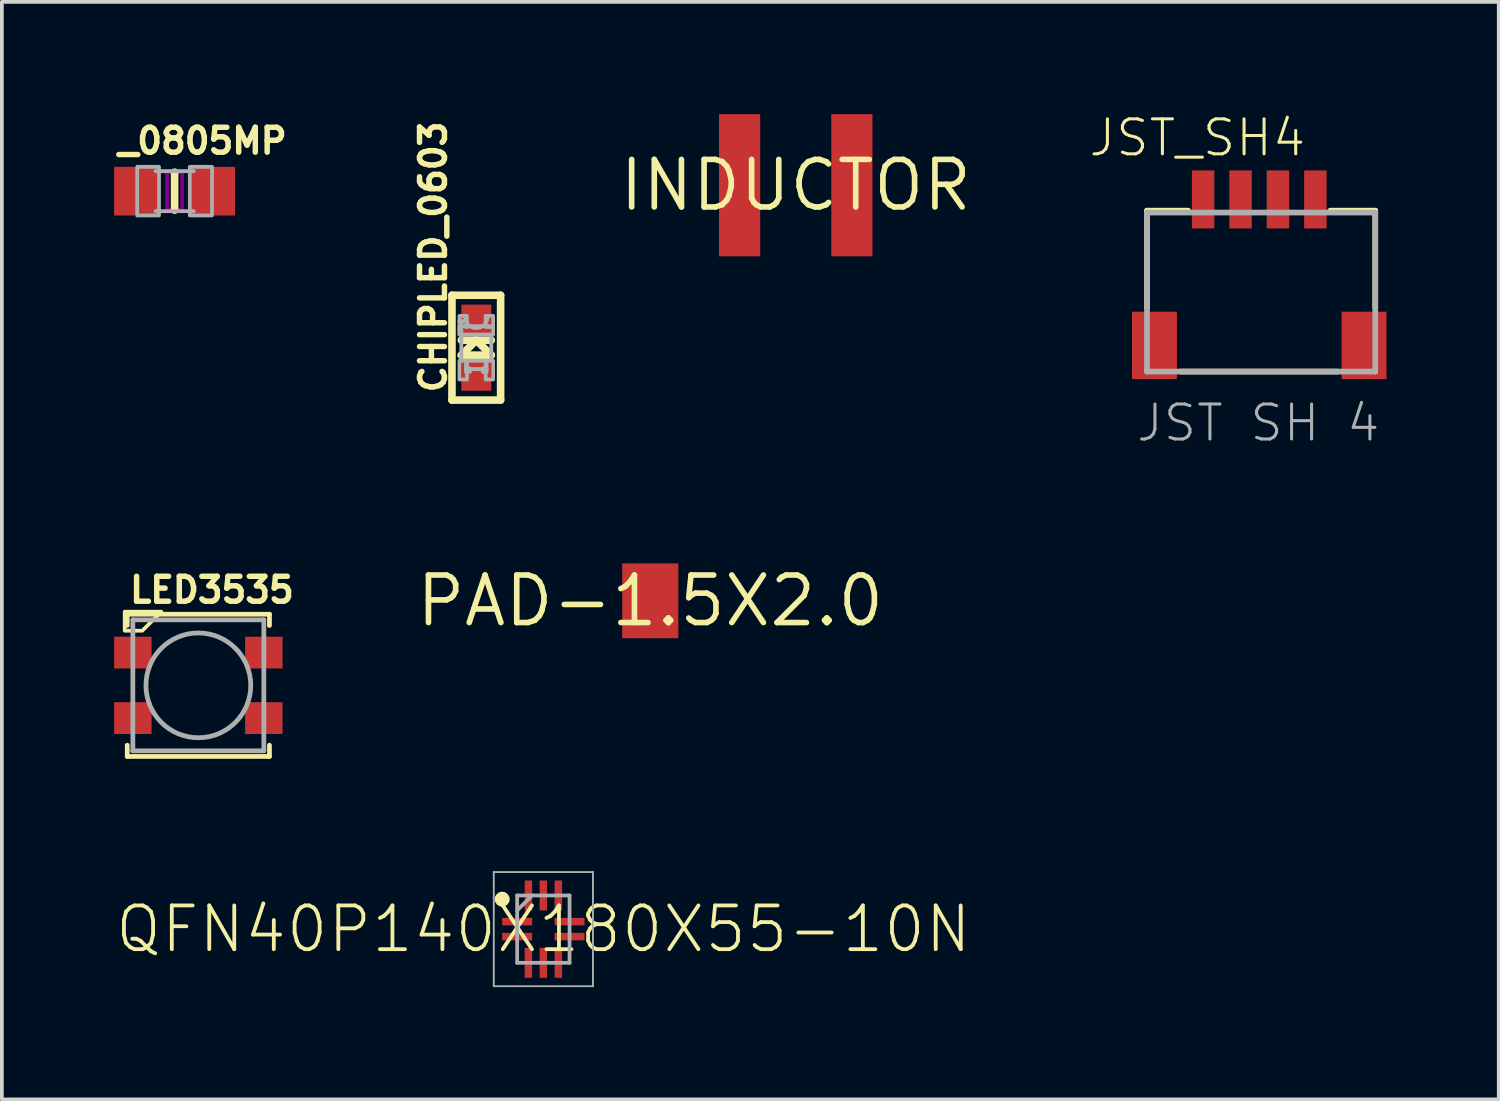
<source format=kicad_pcb>
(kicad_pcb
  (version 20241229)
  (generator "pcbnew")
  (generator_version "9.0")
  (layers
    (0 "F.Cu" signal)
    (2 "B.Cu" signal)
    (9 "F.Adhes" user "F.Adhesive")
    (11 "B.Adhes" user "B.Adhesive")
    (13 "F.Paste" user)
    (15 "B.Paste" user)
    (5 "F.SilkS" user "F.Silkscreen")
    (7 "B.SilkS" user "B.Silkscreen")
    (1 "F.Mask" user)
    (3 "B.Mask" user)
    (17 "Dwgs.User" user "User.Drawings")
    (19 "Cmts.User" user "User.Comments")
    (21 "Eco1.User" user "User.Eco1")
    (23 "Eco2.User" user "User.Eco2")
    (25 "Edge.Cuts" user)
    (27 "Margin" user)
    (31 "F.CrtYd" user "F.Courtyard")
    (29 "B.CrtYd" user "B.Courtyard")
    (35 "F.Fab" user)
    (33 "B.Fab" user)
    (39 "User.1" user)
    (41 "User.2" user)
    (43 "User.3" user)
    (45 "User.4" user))
  (footprint "_0805MP"
    (layer "F.Cu")
    (at 1.616 2.058)
    (property "Reference" "_0805MP" (at -1.587 -0.953 0) (layer "F.SilkS") (effects (font (size 0.666 0.666) (thickness 0.146)) (justify left bottom)))
    (fp_line (start 0 -0.508) (end 0 0.508) (stroke (width 0.203) (type solid)) (layer "F.SilkS"))
    (fp_poly (pts (xy -0.2 0.5) (xy 0.2 0.5) (xy 0.2 -0.5) (xy -0.2 -0.5)) (stroke (width 0.1) (type solid)) (fill no) (layer "F.Adhes"))
    (fp_line (start -0.51 -0.535) (end 0.51 -0.535) (stroke (width 0.102) (type solid)) (layer "F.Fab"))
    (fp_line (start -0.51 0.535) (end 0.51 0.535) (stroke (width 0.102) (type solid)) (layer "F.Fab"))
    (fp_poly (pts (xy -1 0.65) (xy -0.417 0.65) (xy -0.417 -0.65) (xy -1 -0.65)) (stroke (width 0.1) (type solid)) (fill no) (layer "F.Fab"))
    (fp_poly (pts (xy 0.406 0.65) (xy 1 0.65) (xy 1 -0.65) (xy 0.406 -0.65)) (stroke (width 0.1) (type solid)) (fill no) (layer "F.Fab"))
    (pad "1" smd rect (at -1.016 0) (size 1.2 1.3) (layers "F.Cu" "F.Mask" "F.Paste"))
    (pad "2" smd rect (at 1.016 0) (size 1.2 1.3) (layers "F.Cu" "F.Mask" "F.Paste")))
  (footprint "INDUCTOR"
    (layer "F.Cu")
    (at 18.213 1.9)
    (property "Reference" "INDUCTOR" (at 0 0 0) (layer "F.SilkS") (effects (font (size 1.27 1.27) (thickness 0.15))))
    (pad "P$1" smd rect (at -1.5 0 90) (size 3.8 1.1) (layers "F.Cu" "F.Mask" "F.Paste"))
    (pad "P$2" smd rect (at 1.5 0 90) (size 3.8 1.1) (layers "F.Cu" "F.Mask" "F.Paste")))
  (footprint "JST_SH4"
    (layer "F.Cu")
    (at 30.598 4.793)
    (property "Reference" "JST_SH4" (at -4.6 -3.614 0) (layer "F.SilkS") (effects (font (size 0.935 0.935) (thickness 0.081)) (justify left bottom)))
    (fp_line (start -3 -2.214) (end -1.9 -2.214) (stroke (width 0.152) (type solid)) (layer "F.SilkS"))
    (fp_line (start -3 0.386) (end -3 -2.214) (stroke (width 0.152) (type solid)) (layer "F.SilkS"))
    (fp_line (start -2.1 2.086) (end 2.1 2.086) (stroke (width 0.152) (type solid)) (layer "F.SilkS"))
    (fp_line (start 1.9 -2.214) (end 3.1 -2.214) (stroke (width 0.152) (type solid)) (layer "F.SilkS"))
    (fp_line (start 3.1 -2.214) (end 3.1 0.386) (stroke (width 0.152) (type solid)) (layer "F.SilkS"))
    (fp_line (start -3 -2.164) (end 3.1 -2.164) (stroke (width 0.152) (type solid)) (layer "F.Fab"))
    (fp_line (start -3 2.086) (end -3 -2.164) (stroke (width 0.152) (type solid)) (layer "F.Fab"))
    (fp_line (start 3.1 -2.164) (end 3.1 2.086) (stroke (width 0.152) (type solid)) (layer "F.Fab"))
    (fp_line (start 3.1 2.086) (end -3 2.086) (stroke (width 0.152) (type solid)) (layer "F.Fab"))
    (fp_text user "JST SH 4" (at -3.33 4.006 0) (layer "F.Fab") (effects (font (size 0.935 0.935) (thickness 0.081)) (justify left bottom)))
    (pad "1" smd rect (at -1.5 -2.514 90) (size 1.55 0.6) (layers "F.Cu" "F.Mask" "F.Paste"))
    (pad "2" smd rect (at -0.5 -2.514 90) (size 1.55 0.6) (layers "F.Cu" "F.Mask" "F.Paste"))
    (pad "3" smd rect (at 0.5 -2.514 90) (size 1.55 0.6) (layers "F.Cu" "F.Mask" "F.Paste"))
    (pad "4" smd rect (at 1.5 -2.514 90) (size 1.55 0.6) (layers "F.Cu" "F.Mask" "F.Paste"))
    (pad "MT1" smd rect (at -2.8 1.386 90) (size 1.8 1.2) (layers "F.Cu" "F.Mask" "F.Paste"))
    (pad "MT2" smd rect (at 2.8 1.386 90) (size 1.8 1.2) (layers "F.Cu" "F.Mask" "F.Paste")))
  (footprint "PAD-1.5X2.0"
    (layer "F.Cu")
    (at 14.326 13.005)
    (property "Reference" "PAD-1.5X2.0" (at 0 0 0) (layer "F.SilkS") (effects (font (size 1.27 1.27) (thickness 0.15))))
    (pad "P$1" smd rect (at 0 0) (size 1.5 2) (layers "F.Cu" "F.Mask")))
  (footprint "LED3535"
    (layer "F.Cu")
    (at 2.25 15.263)
    (property "Reference" "LED3535" (at -1.905 -2.159 0) (layer "F.SilkS") (effects (font (size 0.666 0.666) (thickness 0.146)) (justify left bottom)))
    (fp_line (start -1.9 -1.9) (end 1.9 -1.9) (stroke (width 0.127) (type solid)) (layer "F.SilkS"))
    (fp_line (start -1.9 -1.6) (end -1.9 -1.9) (stroke (width 0.127) (type solid)) (layer "F.SilkS"))
    (fp_line (start -1.9 1.6) (end -1.9 1.9) (stroke (width 0.127) (type solid)) (layer "F.SilkS"))
    (fp_line (start -1.9 1.9) (end 1.9 1.9) (stroke (width 0.127) (type solid)) (layer "F.SilkS"))
    (fp_line (start 1.9 -1.9) (end 1.9 -1.6) (stroke (width 0.127) (type solid)) (layer "F.SilkS"))
    (fp_line (start 1.9 1.9) (end 1.9 1.6) (stroke (width 0.127) (type solid)) (layer "F.SilkS"))
    (fp_poly (pts (xy -1.498 -1.46) (xy -1.968 -1.46) (xy -1.968 -1.968) (xy -0.99 -1.968)) (stroke (width 0.1) (type solid)) (fill no) (layer "F.SilkS"))
    (fp_line (start -1.75 -1.75) (end 1.75 -1.75) (stroke (width 0.127) (type solid)) (layer "F.Fab"))
    (fp_line (start -1.75 1.75) (end -1.75 -1.75) (stroke (width 0.127) (type solid)) (layer "F.Fab"))
    (fp_line (start 1.75 -1.75) (end 1.75 1.75) (stroke (width 0.127) (type solid)) (layer "F.Fab"))
    (fp_line (start 1.75 1.75) (end -1.75 1.75) (stroke (width 0.127) (type solid)) (layer "F.Fab"))
    (fp_circle (center 0 0) (end 1.4 0) (stroke (width 0.127) (type solid)) (fill no) (layer "F.Fab"))
    (pad "1" smd rect (at -1.75 -0.875 90) (size 0.85 1) (layers "F.Cu" "F.Mask" "F.Paste"))
    (pad "2" smd rect (at -1.75 0.875 90) (size 0.85 1) (layers "F.Cu" "F.Mask" "F.Paste"))
    (pad "3" smd rect (at 1.75 0.875 90) (size 0.85 1) (layers "F.Cu" "F.Mask" "F.Paste"))
    (pad "4" smd rect (at 1.75 -0.875 90) (size 0.85 1) (layers "F.Cu" "F.Mask" "F.Paste")))
  (footprint "CHIPLED_0603"
    (layer "F.Cu")
    (at 9.677 6.24)
    (property "Reference" "CHIPLED_0603" (at -0.762 1.27 90) (layer "F.SilkS") (effects (font (size 0.666 0.666) (thickness 0.146)) (justify left bottom)))
    (fp_line (start -0.65 -1.4) (end 0.65 -1.4) (stroke (width 0.203) (type solid)) (layer "F.SilkS"))
    (fp_line (start -0.65 1.4) (end -0.65 -1.4) (stroke (width 0.203) (type solid)) (layer "F.SilkS"))
    (fp_line (start -0.65 1.4) (end 0.65 1.4) (stroke (width 0.203) (type solid)) (layer "F.SilkS"))
    (fp_line (start -0.4 -0.2) (end 0 -0.2) (stroke (width 0.203) (type solid)) (layer "F.SilkS"))
    (fp_line (start -0.4 0.2) (end 0.4 0.2) (stroke (width 0.203) (type solid)) (layer "F.SilkS"))
    (fp_line (start 0 -0.2) (end -0.4 0.2) (stroke (width 0.203) (type solid)) (layer "F.SilkS"))
    (fp_line (start 0 -0.2) (end 0.4 -0.2) (stroke (width 0.203) (type solid)) (layer "F.SilkS"))
    (fp_line (start 0.4 0.2) (end 0 -0.2) (stroke (width 0.203) (type solid)) (layer "F.SilkS"))
    (fp_line (start 0.65 -1.4) (end 0.65 1.4) (stroke (width 0.203) (type solid)) (layer "F.SilkS"))
    (fp_line (start -0.4 -0.375) (end -0.4 0.35) (stroke (width 0.102) (type solid)) (layer "F.Fab"))
    (fp_line (start 0.4 -0.35) (end 0.4 0.35) (stroke (width 0.102) (type solid)) (layer "F.Fab"))
    (fp_arc (start -0.275 0.825) (mid 0 0.55) (end 0.275 0.825) (stroke (width 0.0508) (type solid)) (layer "F.Fab"))
    (fp_arc (start 0.3 -0.799998) (mid -0.000001 -0.524966) (end -0.3 -0.8) (stroke (width 0.1016) (type solid)) (layer "F.Fab"))
    (fp_circle (center -0.35 -0.625) (end -0.275 -0.625) (stroke (width 0.051) (type solid)) (fill no) (layer "F.Fab"))
    (fp_poly (pts (xy -0.45 -0.7) (xy -0.25 -0.7) (xy -0.25 -0.85) (xy -0.45 -0.85)) (stroke (width 0.1) (type solid)) (fill no) (layer "F.Fab"))
    (fp_poly (pts (xy -0.45 -0.35) (xy -0.4 -0.35) (xy -0.4 -0.725) (xy -0.45 -0.725)) (stroke (width 0.1) (type solid)) (fill no) (layer "F.Fab"))
    (fp_poly (pts (xy -0.45 -0.35) (xy 0.45 -0.35) (xy 0.45 -0.575) (xy -0.45 -0.575)) (stroke (width 0.1) (type solid)) (fill no) (layer "F.Fab"))
    (fp_poly (pts (xy -0.45 0.85) (xy -0.25 0.85) (xy -0.25 0.35) (xy -0.45 0.35)) (stroke (width 0.1) (type solid)) (fill no) (layer "F.Fab"))
    (fp_poly (pts (xy -0.275 -0.55) (xy -0.225 -0.55) (xy -0.225 -0.6) (xy -0.275 -0.6)) (stroke (width 0.1) (type solid)) (fill no) (layer "F.Fab"))
    (fp_poly (pts (xy -0.275 0.575) (xy 0.275 0.575) (xy 0.275 0.35) (xy -0.275 0.35)) (stroke (width 0.1) (type solid)) (fill no) (layer "F.Fab"))
    (fp_poly (pts (xy -0.275 0.65) (xy -0.175 0.65) (xy -0.175 0.55) (xy -0.275 0.55)) (stroke (width 0.1) (type solid)) (fill no) (layer "F.Fab"))
    (fp_poly (pts (xy 0.175 0.65) (xy 0.275 0.65) (xy 0.275 0.55) (xy 0.175 0.55)) (stroke (width 0.1) (type solid)) (fill no) (layer "F.Fab"))
    (fp_poly (pts (xy 0.25 -0.55) (xy 0.45 -0.55) (xy 0.45 -0.85) (xy 0.25 -0.85)) (stroke (width 0.1) (type solid)) (fill no) (layer "F.Fab"))
    (fp_poly (pts (xy 0.25 0.85) (xy 0.45 0.85) (xy 0.45 0.35) (xy 0.25 0.35)) (stroke (width 0.1) (type solid)) (fill no) (layer "F.Fab"))
    (pad "A" smd rect (at 0 0.75) (size 0.8 0.8) (layers "F.Cu" "F.Mask" "F.Paste"))
    (pad "C" smd rect (at 0 -0.75) (size 0.8 0.8) (layers "F.Cu" "F.Mask" "F.Paste")))
  (footprint "QFN40P140X180X55-10N"
    (layer "F.Cu")
    (at 11.469 21.777)
    (property "Reference" "QFN40P140X180X55-10N" (at 0 0 0) (layer "F.SilkS") (effects (font (size 1.168 1.168) (thickness 0.102))))
    (fp_circle (center -1.1 -0.8) (end -1 -0.8) (stroke (width 0.2) (type solid)) (fill no) (layer "F.SilkS"))
    (fp_line (start -1.325 -1.525) (end 1.325 -1.525) (stroke (width 0.05) (type solid)) (layer "F.Fab"))
    (fp_line (start -1.325 1.525) (end -1.325 -1.525) (stroke (width 0.05) (type solid)) (layer "F.Fab"))
    (fp_line (start -0.7 -0.9) (end 0.7 -0.9) (stroke (width 0.1) (type solid)) (layer "F.Fab"))
    (fp_line (start -0.7 -0.5) (end -0.3 -0.9) (stroke (width 0.1) (type solid)) (layer "F.Fab"))
    (fp_line (start -0.7 0.9) (end -0.7 -0.9) (stroke (width 0.1) (type solid)) (layer "F.Fab"))
    (fp_line (start 0.7 -0.9) (end 0.7 0.9) (stroke (width 0.1) (type solid)) (layer "F.Fab"))
    (fp_line (start 0.7 0.9) (end -0.7 0.9) (stroke (width 0.1) (type solid)) (layer "F.Fab"))
    (fp_line (start 1.325 -1.525) (end 1.325 1.525) (stroke (width 0.05) (type solid)) (layer "F.Fab"))
    (fp_line (start 1.325 1.525) (end -1.325 1.525) (stroke (width 0.05) (type solid)) (layer "F.Fab"))
    (pad "1" smd rect (at -0.7 -0.2) (size 0.8 0.2) (layers "F.Cu" "F.Mask" "F.Paste"))
    (pad "2" smd rect (at -0.7 0.2) (size 0.8 0.2) (layers "F.Cu" "F.Mask" "F.Paste"))
    (pad "3" smd rect (at -0.4 0.9 90) (size 0.8 0.2) (layers "F.Cu" "F.Mask" "F.Paste"))
    (pad "4" smd rect (at 0 0.9 90) (size 0.8 0.2) (layers "F.Cu" "F.Mask" "F.Paste"))
    (pad "5" smd rect (at 0.4 0.9 90) (size 0.8 0.2) (layers "F.Cu" "F.Mask" "F.Paste"))
    (pad "6" smd rect (at 0.7 0.2) (size 0.8 0.2) (layers "F.Cu" "F.Mask" "F.Paste"))
    (pad "7" smd rect (at 0.7 -0.2) (size 0.8 0.2) (layers "F.Cu" "F.Mask" "F.Paste"))
    (pad "8" smd rect (at 0.4 -0.9 90) (size 0.8 0.2) (layers "F.Cu" "F.Mask" "F.Paste"))
    (pad "9" smd rect (at 0 -0.9 90) (size 0.8 0.2) (layers "F.Cu" "F.Mask" "F.Paste"))
    (pad "10" smd rect (at -0.4 -0.9 90) (size 0.8 0.2) (layers "F.Cu" "F.Mask" "F.Paste")))
  (gr_rect
    (start -3 -3)
    (end 36.998 26.327)
    (stroke (width 0.1) (type default))
    (fill no)
    (layer "Edge.Cuts")))
</source>
